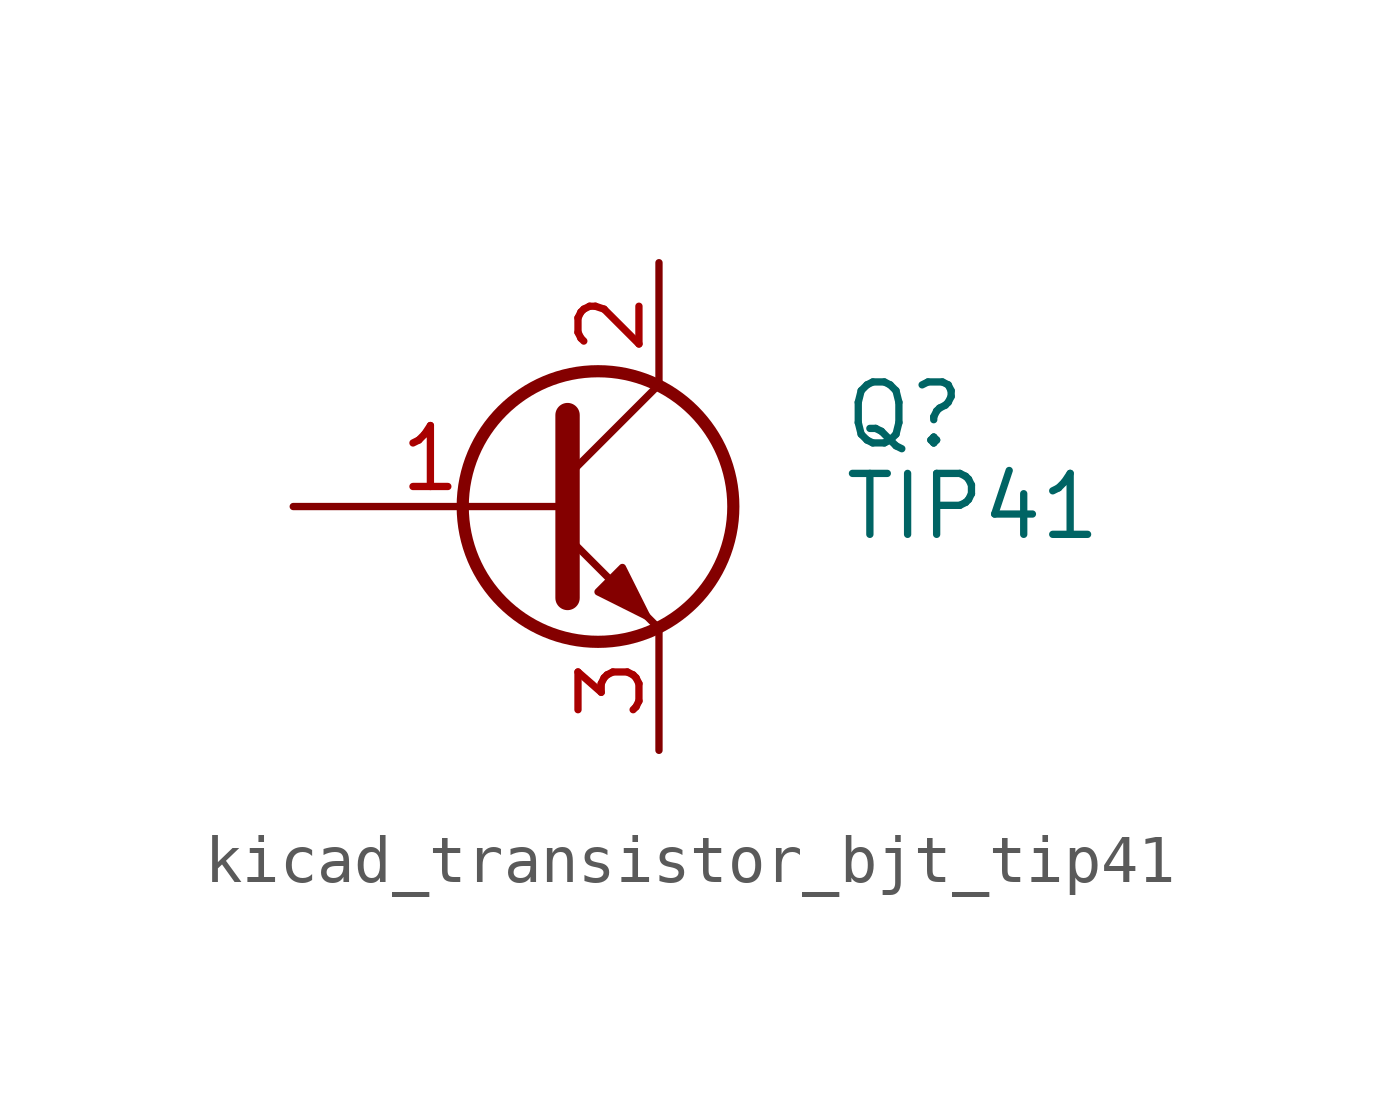
<source format=kicad_sym>
(kicad_symbol_lib
  (version 20220914)
  (generator kicad_symbol_editor)
  (symbol "kicad_transistor_bjt_tip41"
    (pin_names
      (offset 0) hide)
    (property "Reference" "Q"
      (at 6.35 1.905 0)
      (effects (font (size 1.27 1.27)) (justify left)))
    (property "Value" "TIP41"
      (at 6.35 0 0)
      (effects (font (size 1.27 1.27)) (justify left)))
    (symbol "kicad_transistor_bjt_tip41_0_1"
      (polyline (pts (xy 0.635 0.635) (xy 2.54 2.54)) (stroke (width 0) (type default)) (fill (type none)))
      (polyline (pts (xy 0.635 -0.635) (xy 2.54 -2.54) (xy 2.54 -2.54)) (stroke (width 0) (type default)) (fill (type none)))
      (polyline (pts (xy 0.635 1.905) (xy 0.635 -1.905) (xy 0.635 -1.905)) (stroke (width 0.508) (type default)) (fill (type none)))
      (polyline (pts (xy 1.27 -1.778) (xy 1.778 -1.27) (xy 2.286 -2.286) (xy 1.27 -1.778) (xy 1.27 -1.778)) (stroke (width 0) (type default)) (fill (type outline)))
      (circle (center 1.27 0) (radius 2.819) (stroke (width 0.254) (type default)) (fill (type none))))
    (symbol "kicad_transistor_bjt_tip41_1_1"
      (pin input line (at -5.08 0 0) (length 5.715) (name "B" (effects (font (size 1.27 1.27)))) (number "1" (effects (font (size 1.27 1.27)))))
      (pin passive line (at 2.54 5.08 270) (length 2.54) (name "C" (effects (font (size 1.27 1.27)))) (number "2" (effects (font (size 1.27 1.27)))))
      (pin passive line (at 2.54 -5.08 90) (length 2.54) (name "E" (effects (font (size 1.27 1.27)))) (number "3" (effects (font (size 1.27 1.27))))))))
</source>
